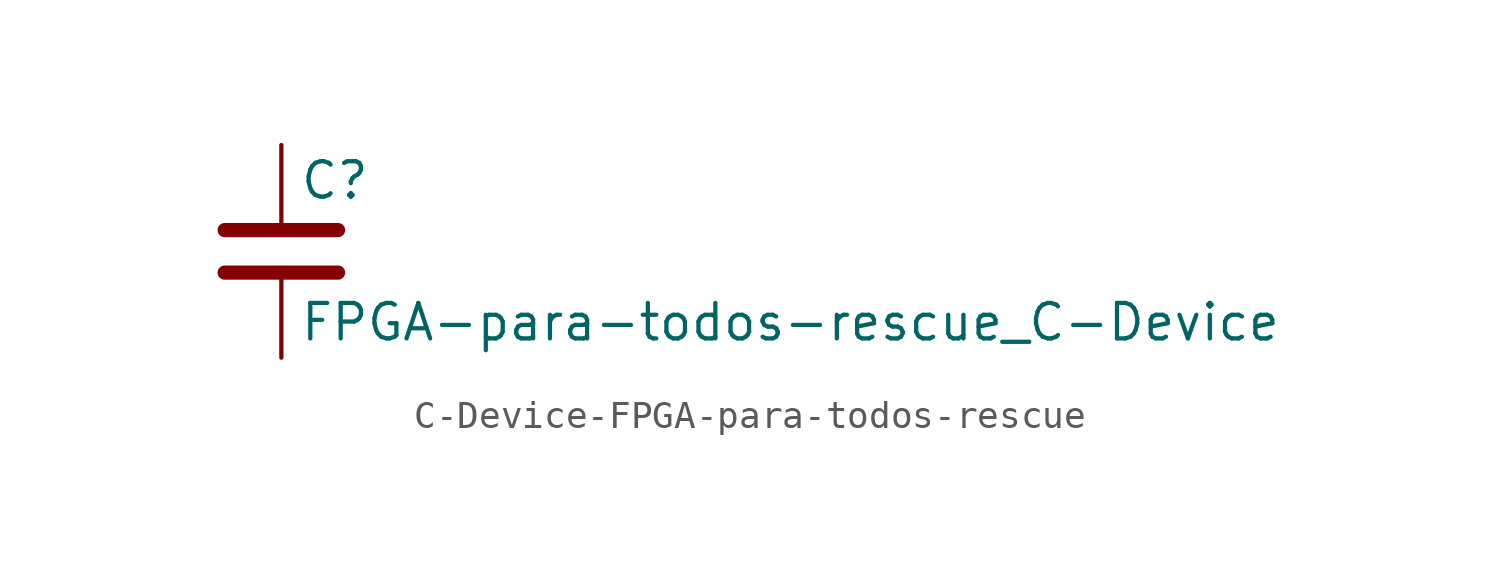
<source format=kicad_sym>
(kicad_symbol_lib
  (version 20231120)
  (generator "kicad_symbol_editor")
  (generator_version "8.0")
  (symbol "C-Device-FPGA-para-todos-rescue"
    (pin_numbers hide)
    (pin_names
      (offset 0.254))
    (property "Reference" "C"
      (at 0.635 2.54 0)
      (effects (font (size 1.27 1.27)) (justify left)))
    (property "Value" "FPGA-para-todos-rescue_C-Device"
      (at 0.635 -2.54 0)
      (effects (font (size 1.27 1.27)) (justify left)))
    (symbol "C-Device-FPGA-para-todos-rescue_0_1"
      (polyline (pts (xy -2.032 -0.762) (xy 2.032 -0.762)) (stroke (width 0.508) (type solid)) (fill (type none)))
      (polyline (pts (xy -2.032 0.762) (xy 2.032 0.762)) (stroke (width 0.508) (type solid)) (fill (type none))))
    (symbol "C-Device-FPGA-para-todos-rescue_1_1"
      (pin passive line (at 0 3.81 270) (length 2.794) (name "~" (effects (font (size 1.27 1.27)))) (number "1" (effects (font (size 1.27 1.27)))))
      (pin passive line (at 0 -3.81 90) (length 2.794) (name "~" (effects (font (size 1.27 1.27)))) (number "2" (effects (font (size 1.27 1.27))))))))
</source>
